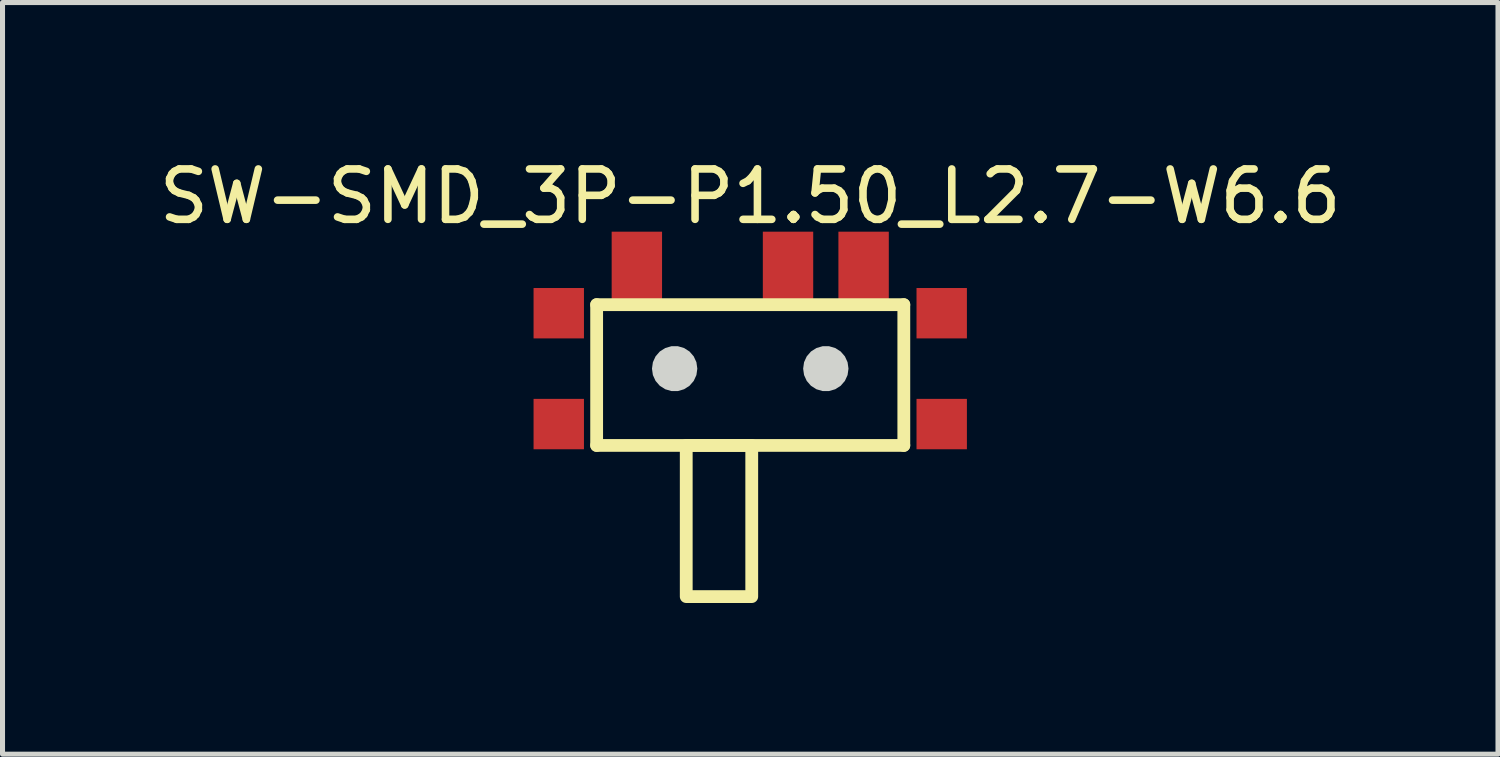
<source format=kicad_pcb>
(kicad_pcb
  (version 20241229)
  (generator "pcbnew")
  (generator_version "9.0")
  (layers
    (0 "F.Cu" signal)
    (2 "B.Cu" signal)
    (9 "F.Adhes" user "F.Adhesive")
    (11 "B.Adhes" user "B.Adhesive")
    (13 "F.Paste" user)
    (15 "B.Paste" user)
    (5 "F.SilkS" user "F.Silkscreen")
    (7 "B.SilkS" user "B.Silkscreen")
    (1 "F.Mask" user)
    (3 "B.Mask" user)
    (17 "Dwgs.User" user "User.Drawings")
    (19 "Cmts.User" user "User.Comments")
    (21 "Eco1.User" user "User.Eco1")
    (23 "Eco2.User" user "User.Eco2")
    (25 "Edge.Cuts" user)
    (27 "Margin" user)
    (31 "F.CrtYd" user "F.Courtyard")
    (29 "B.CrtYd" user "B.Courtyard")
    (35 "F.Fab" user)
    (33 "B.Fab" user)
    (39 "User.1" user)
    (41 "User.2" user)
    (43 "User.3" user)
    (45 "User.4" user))
  (footprint "SW-SMD_3P-P1.50_L2.7-W6.6"
    (layer "F.Cu")
    (at 11.839 3.807)
    (property "Reference" "SW-SMD_3P-P1.50_L2.7-W6.6" (at 0 -2.959 0) (unlocked yes) (layer "F.SilkS") (effects (font (size 1 1) (thickness 0.15))))
    (fp_line (start -3.048 -0.811) (end 3.048 -0.811) (stroke (width 0.254) (type default)) (layer "F.SilkS"))
    (fp_line (start -3.048 1.983) (end -3.048 -0.811) (stroke (width 0.254) (type default)) (layer "F.SilkS"))
    (fp_line (start -3.048 1.983) (end 3.048 1.983) (stroke (width 0.254) (type default)) (layer "F.SilkS"))
    (fp_line (start 3.048 -0.811) (end 3.048 1.983) (stroke (width 0.254) (type default)) (layer "F.SilkS"))
    (fp_rect (start -1.27 1.983) (end 0.03 4.983) (stroke (width 0.254) (type default)) (fill no) (layer "F.SilkS"))
    (fp_poly (pts (xy -1.05 0.459) (xy -1.068 0.332) (xy -1.121 0.216) (xy -1.205 0.119) (xy -1.313 0.05) (xy -1.436 0.014) (xy -1.564 0.014) (xy -1.687 0.05) (xy -1.795 0.119) (xy -1.879 0.216) (xy -1.932 0.332) (xy -1.95 0.459) (xy -1.932 0.586) (xy -1.879 0.702) (xy -1.795 0.799) (xy -1.687 0.868) (xy -1.564 0.904) (xy -1.436 0.904) (xy -1.313 0.868) (xy -1.205 0.799) (xy -1.121 0.702) (xy -1.068 0.586)) (stroke (width 0) (type default)) (fill yes) (layer "Edge.Cuts"))
    (fp_poly (pts (xy 1.95 0.459) (xy 1.932 0.332) (xy 1.879 0.216) (xy 1.795 0.119) (xy 1.687 0.05) (xy 1.564 0.014) (xy 1.436 0.014) (xy 1.313 0.05) (xy 1.205 0.119) (xy 1.121 0.216) (xy 1.068 0.332) (xy 1.05 0.459) (xy 1.068 0.586) (xy 1.121 0.702) (xy 1.205 0.799) (xy 1.313 0.868) (xy 1.436 0.904) (xy 1.564 0.904) (xy 1.687 0.868) (xy 1.795 0.799) (xy 1.879 0.702) (xy 1.932 0.586)) (stroke (width 0) (type default)) (fill yes) (layer "Edge.Cuts"))
    (fp_poly (pts (xy -3.837 -1.863) (xy -3.855 -1.906) (xy -3.897 -1.923) (xy -3.939 -1.906) (xy -3.957 -1.863) (xy -3.939 -1.821) (xy -3.897 -1.804) (xy -3.855 -1.821)) (stroke (width 0.1) (type default)) (fill no) (layer "User.3"))
    (pad "0" smd rect (at -3.8 -0.641) (size 1 1) (layers "F.Cu" "F.Mask" "F.Paste"))
    (pad "0" smd rect (at -3.8 1.559) (size 1 1) (layers "F.Cu" "F.Mask" "F.Paste"))
    (pad "0" smd rect (at 3.8 -0.641) (size 1 1) (layers "F.Cu" "F.Mask" "F.Paste"))
    (pad "0" smd rect (at 3.8 1.559) (size 1 1) (layers "F.Cu" "F.Mask" "F.Paste"))
    (pad "1" smd rect (at -2.25 -1.559) (size 1 1.4) (layers "F.Cu" "F.Mask" "F.Paste"))
    (pad "2" smd rect (at 0.75 -1.559) (size 1 1.4) (layers "F.Cu" "F.Mask" "F.Paste"))
    (pad "3" smd rect (at 2.25 -1.559) (size 1 1.4) (layers "F.Cu" "F.Mask" "F.Paste")))
  (gr_rect
    (start -3 -3)
    (end 26.679 11.917)
    (stroke (width 0.1) (type default))
    (fill no)
    (layer "Edge.Cuts")))
</source>
